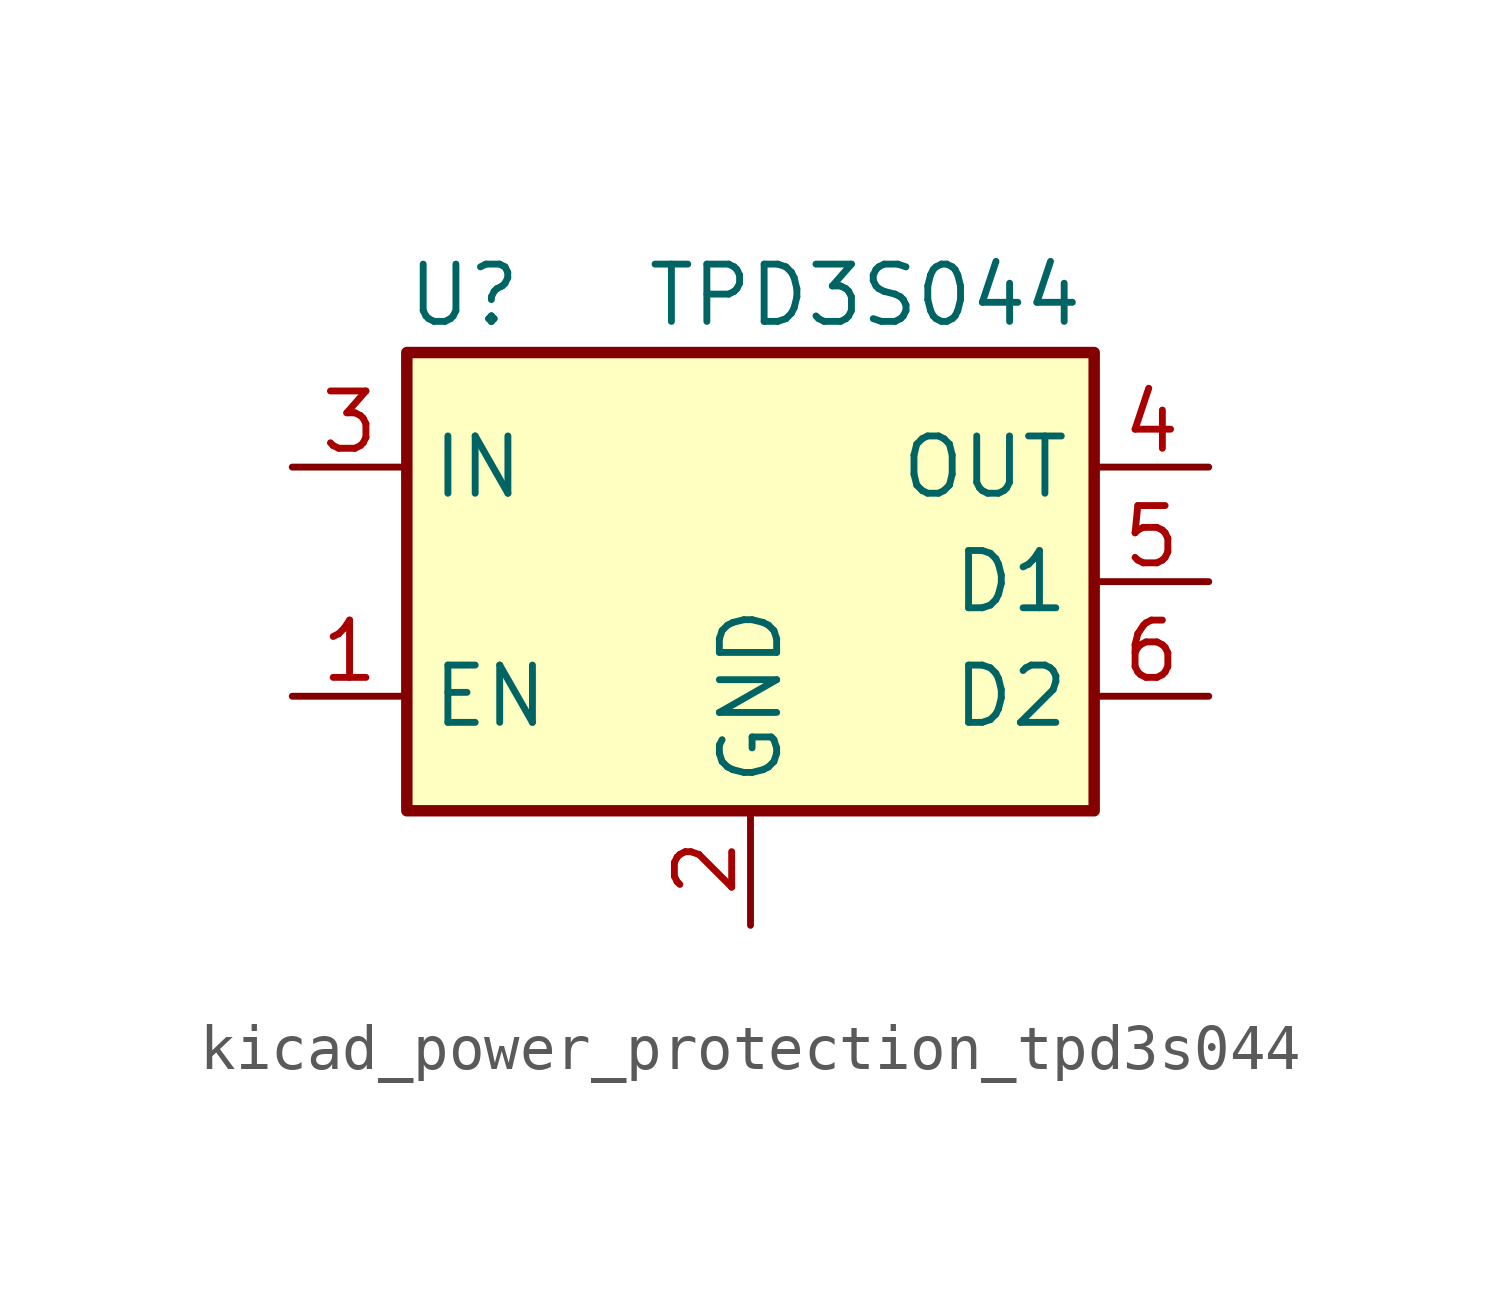
<source format=kicad_sym>
(kicad_symbol_lib
  (version 20220914)
  (generator kicad_symbol_editor)
  (symbol "kicad_power_protection_tpd3s044"
    (property "Reference" "U"
      (at -6.35 6.35 0)
      (effects (font (size 1.27 1.27))))
    (property "Value" "TPD3S044"
      (at 2.54 6.35 0)
      (effects (font (size 1.27 1.27))))
    (symbol "kicad_power_protection_tpd3s044_0_1"
      (rectangle (start -7.62 5.08) (end 7.62 -5.08) (stroke (width 0.254) (type default)) (fill (type background))))
    (symbol "kicad_power_protection_tpd3s044_1_1"
      (pin input line (at -10.16 -2.54 0) (length 2.54) (name "EN" (effects (font (size 1.27 1.27)))) (number "1" (effects (font (size 1.27 1.27)))))
      (pin power_in line (at 0 -7.62 90) (length 2.54) (name "GND" (effects (font (size 1.27 1.27)))) (number "2" (effects (font (size 1.27 1.27)))))
      (pin power_in line (at -10.16 2.54 0) (length 2.54) (name "IN" (effects (font (size 1.27 1.27)))) (number "3" (effects (font (size 1.27 1.27)))))
      (pin passive line (at 10.16 2.54 180) (length 2.54) (name "OUT" (effects (font (size 1.27 1.27)))) (number "4" (effects (font (size 1.27 1.27)))))
      (pin passive line (at 10.16 0 180) (length 2.54) (name "D1" (effects (font (size 1.27 1.27)))) (number "5" (effects (font (size 1.27 1.27)))))
      (pin passive line (at 10.16 -2.54 180) (length 2.54) (name "D2" (effects (font (size 1.27 1.27)))) (number "6" (effects (font (size 1.27 1.27))))))))
</source>
